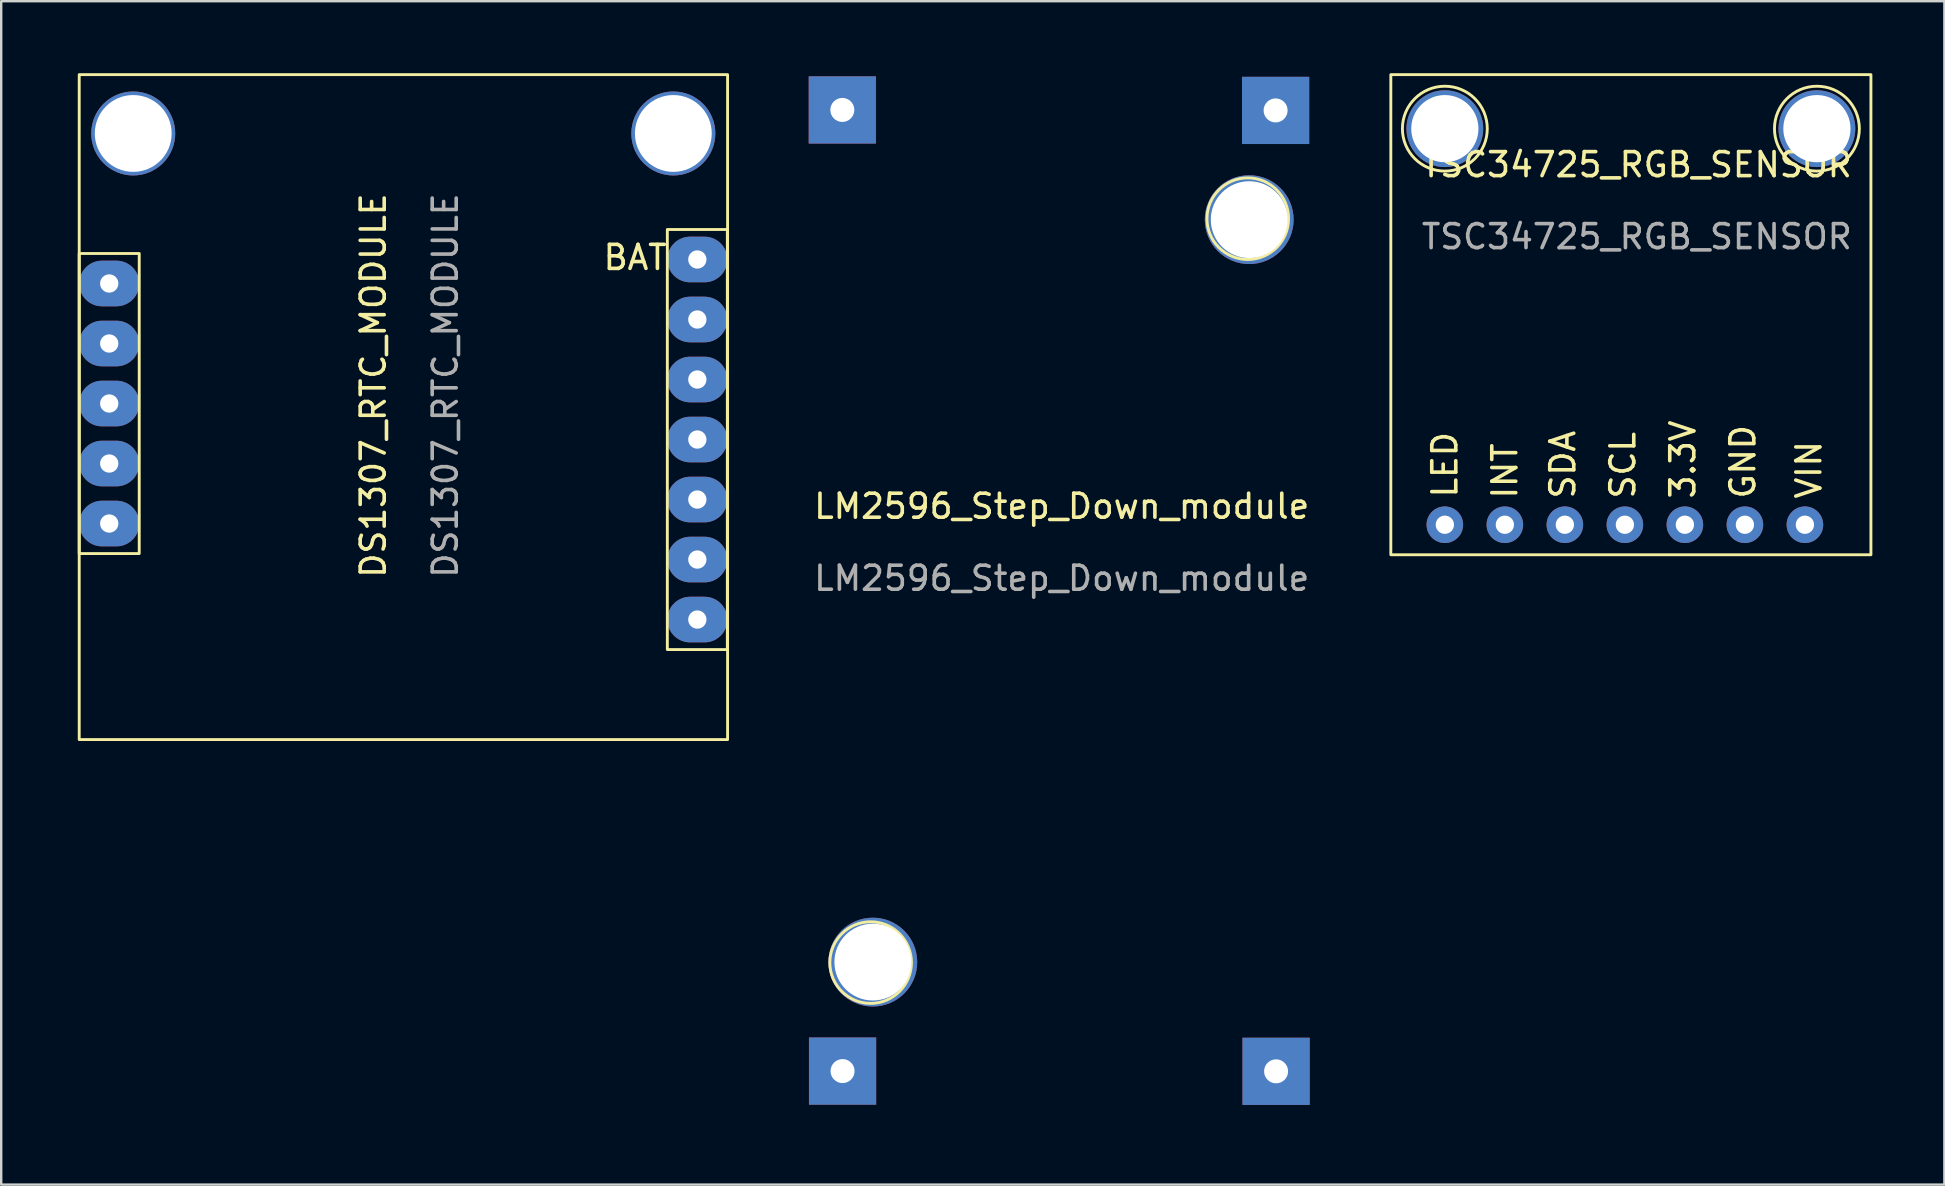
<source format=kicad_pcb>
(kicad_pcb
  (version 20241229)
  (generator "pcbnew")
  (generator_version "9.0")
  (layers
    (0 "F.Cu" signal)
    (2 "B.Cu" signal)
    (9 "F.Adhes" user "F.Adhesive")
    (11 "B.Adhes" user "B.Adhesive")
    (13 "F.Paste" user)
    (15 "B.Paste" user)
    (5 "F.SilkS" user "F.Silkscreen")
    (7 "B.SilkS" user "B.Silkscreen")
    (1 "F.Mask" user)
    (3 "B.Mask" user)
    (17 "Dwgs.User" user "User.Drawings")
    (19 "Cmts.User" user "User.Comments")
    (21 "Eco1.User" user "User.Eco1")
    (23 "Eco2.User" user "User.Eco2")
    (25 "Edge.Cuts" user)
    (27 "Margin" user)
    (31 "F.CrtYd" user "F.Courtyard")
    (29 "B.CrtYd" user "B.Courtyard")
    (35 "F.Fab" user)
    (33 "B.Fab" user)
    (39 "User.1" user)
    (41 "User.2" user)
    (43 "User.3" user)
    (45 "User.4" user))
  (footprint "LM2596_Step_Down_module"
    (layer "F.Cu")
    (at 30.57 43.05)
    (property "Reference" "LM2596_Step_Down_module" (at 10.61 -25.01 0) (unlocked yes) (layer "F.SilkS") (effects (font (size 1 1) (thickness 0.15))))
    (attr through_hole)
    (fp_circle (center 2.65 -6) (end 4.35 -6) (stroke (width 0.12) (type default)) (fill no) (layer "F.SilkS"))
    (fp_circle (center 18.36 -36.99) (end 20.06 -36.99) (stroke (width 0.12) (type default)) (fill no) (layer "F.SilkS"))
    (fp_line (start 16.96 -16.36) (end 18.24 -15.06) (stroke (width 0.12) (type default)) (layer "User.1"))
    (fp_rect (start 0 -42.99) (end 21.01 0) (stroke (width 0.12) (type default)) (fill no) (layer "User.1"))
    (fp_rect (start 0.74 -20.46) (end 12.78 -8.67) (stroke (width 0.12) (type default)) (fill no) (layer "User.1"))
    (fp_rect (start 1.41 -32.93) (end 4.02 -28.61) (stroke (width 0.12) (type default)) (fill no) (layer "User.1"))
    (fp_rect (start 3.53 -36.7) (end 6.21 -35.36) (stroke (width 0.12) (type default)) (fill no) (layer "User.1"))
    (fp_rect (start 11.56 -33.72) (end 19.95 -26) (stroke (width 0.12) (type default)) (fill no) (layer "User.1"))
    (fp_rect (start 14.66 -17.42) (end 18.86 -8.55) (stroke (width 0.12) (type default)) (fill no) (layer "User.1"))
    (fp_rect (start 17.485 -6.95) (end 19.735 -5.97) (stroke (width 0.12) (type default)) (fill no) (layer "User.1"))
    (fp_rect (start 17.485 -5.27) (end 19.735 -4.29) (stroke (width 0.12) (type default)) (fill no) (layer "User.1"))
    (fp_circle (center 6.72 -14.64) (end 10.31 -11.05) (stroke (width 0.12) (type default)) (fill no) (layer "User.1"))
    (fp_circle (center 11.166 -38.7) (end 13.786 -36.21) (stroke (width 0.12) (type default)) (fill no) (layer "User.1"))
    (fp_circle (center 11.32 -4.35) (end 13.94 -1.86) (stroke (width 0.12) (type default)) (fill no) (layer "User.1"))
    (fp_circle (center 17.59 -15.68) (end 17.16 -16.46) (stroke (width 0.12) (type default)) (fill no) (layer "User.1"))
    (fp_text user "${REFERENCE}" (at 10.61 -22.01 0) (unlocked yes) (layer "F.Fab") (effects (font (size 1 1) (thickness 0.15))))
    (pad "" thru_hole circle (at 2.74 -6.02) (size 3.7 3.7) (drill 3.2) (layers "*.Cu" "*.Mask"))
    (pad "" thru_hole circle (at 18.42 -36.95) (size 3.7 3.7) (drill 3.2) (layers "*.Cu" "*.Mask"))
    (pad "IN+" thru_hole rect (at 19.52 -41.5) (size 2.8 2.8) (drill 1) (layers "*.Cu" "*.Mask"))
    (pad "IN-" thru_hole rect (at 1.47 -41.52) (size 2.8 2.8) (drill 1) (layers "*.Cu" "*.Mask"))
    (pad "OUT+" thru_hole rect (at 19.54 -1.47) (size 2.8 2.8) (drill 1) (layers "*.Cu" "*.Mask"))
    (pad "OUT-" thru_hole rect (at 1.48 -1.48) (size 2.8 2.8) (drill 1) (layers "*.Cu" "*.Mask")))
  (footprint "TSC34725_RGB_SENSOR"
    (layer "F.Cu")
    (at 54.89 20.06)
    (property "Reference" "TSC34725_RGB_SENSOR" (at 10.25 -16.25 0) (unlocked yes) (layer "F.SilkS") (effects (font (size 1 1) (thickness 0.15))))
    (attr through_hole)
    (fp_rect (start 0 -20) (end 20 0) (stroke (width 0.12) (type default)) (fill no) (layer "F.SilkS"))
    (fp_circle (center 2.25 -17.75) (end 4 -17.5) (stroke (width 0.12) (type default)) (fill no) (layer "F.SilkS"))
    (fp_circle (center 17.75 -17.75) (end 19.5 -17.5) (stroke (width 0.12) (type default)) (fill no) (layer "F.SilkS"))
    (fp_line (start 0 0) (end 0 -20) (stroke (width 0.12) (type default)) (layer "User.1"))
    (fp_rect (start 9.35 -10.99) (end 10.55 -8.99) (stroke (width 0.12) (type default)) (fill no) (layer "User.1"))
    (fp_text user "3.3V" (at 12.75 -2.25 90) (unlocked yes) (layer "F.SilkS") (effects (font (size 1 1) (thickness 0.15)) (justify left bottom)))
    (fp_text user "INT" (at 4.75 -2.25 90) (unlocked yes) (layer "F.SilkS") (effects (font (size 1 1) (thickness 0.15)) (justify left)))
    (fp_text user "VIN" (at 18 -2.25 90) (unlocked yes) (layer "F.SilkS") (effects (font (size 1 1) (thickness 0.15)) (justify left bottom)))
    (fp_text user "SCL" (at 10.25 -2.25 90) (unlocked yes) (layer "F.SilkS") (effects (font (size 1 1) (thickness 0.15)) (justify left bottom)))
    (fp_text user "LED" (at 2.25 -3.75 90) (unlocked yes) (layer "F.SilkS") (effects (font (size 1 1) (thickness 0.15))))
    (fp_text user "GND" (at 15.25 -2.25 90) (unlocked yes) (layer "F.SilkS") (effects (font (size 1 1) (thickness 0.15)) (justify left bottom)))
    (fp_text user "SDA" (at 7.75 -2.25 90) (unlocked yes) (layer "F.SilkS") (effects (font (size 1 1) (thickness 0.15)) (justify left bottom)))
    (fp_text user "${REFERENCE}" (at 10.25 -13.25 0) (unlocked yes) (layer "F.Fab") (effects (font (size 1 1) (thickness 0.15))))
    (pad "" thru_hole circle (at 2.25 -17.75) (size 3.2 3.2) (drill 2.8) (layers "*.Cu" "*.Mask"))
    (pad "" thru_hole circle (at 17.75 -17.75) (size 3.2 3.2) (drill 2.8) (layers "*.Cu" "*.Mask"))
    (pad "1" thru_hole circle (at 2.25 -1.25) (size 1.524 1.524) (drill 0.762) (layers "*.Cu" "*.Mask"))
    (pad "2" thru_hole circle (at 4.75 -1.25) (size 1.524 1.524) (drill 0.762) (layers "*.Cu" "*.Mask"))
    (pad "3" thru_hole circle (at 7.25 -1.25) (size 1.524 1.524) (drill 0.762) (layers "*.Cu" "*.Mask"))
    (pad "4" thru_hole circle (at 9.75 -1.25) (size 1.524 1.524) (drill 0.762) (layers "*.Cu" "*.Mask"))
    (pad "5" thru_hole circle (at 12.25 -1.25) (size 1.524 1.524) (drill 0.762) (layers "*.Cu" "*.Mask"))
    (pad "6" thru_hole circle (at 14.75 -1.25) (size 1.524 1.524) (drill 0.762) (layers "*.Cu" "*.Mask"))
    (pad "7" thru_hole circle (at 17.25 -1.25) (size 1.524 1.524) (drill 0.762) (layers "*.Cu" "*.Mask")))
  (footprint "DS1307_RTC_MODULE"
    (layer "F.Cu")
    (at 0.25 27.76)
    (property "Reference" "DS1307_RTC_MODULE" (at 12.25 -14.75 90) (unlocked yes) (layer "F.SilkS") (effects (font (size 1 1) (thickness 0.15))))
    (attr through_hole)
    (fp_rect (start 0 -27.7) (end 27.01 0) (stroke (width 0.12) (type default)) (fill no) (layer "F.SilkS"))
    (fp_rect (start 0 -20.25) (end 2.5 -7.75) (stroke (width 0.12) (type default)) (fill no) (layer "F.SilkS"))
    (fp_rect (start 24.5 -21.25) (end 27 -3.75) (stroke (width 0.12) (type default)) (fill no) (layer "F.SilkS"))
    (fp_text user "BAT" (at 21.75 -19.5 0) (unlocked yes) (layer "F.SilkS") (effects (font (size 1 1) (thickness 0.15)) (justify left bottom)))
    (fp_text user "${REFERENCE}" (at 15.25 -14.75 90) (unlocked yes) (layer "F.Fab") (effects (font (size 1 1) (thickness 0.15))))
    (fp_text user "SQ" (at 22.25 -4.5 0) (unlocked yes) (layer "User.1") (effects (font (size 1 1) (thickness 0.15)) (justify left bottom)))
    (fp_text user "SCL" (at 21.5 -9.5 0) (unlocked yes) (layer "User.1") (effects (font (size 1 1) (thickness 0.15)) (justify left bottom)))
    (fp_text user "VCC" (at 2.75 -15.75 0) (unlocked yes) (layer "User.1") (effects (font (size 1 1) (thickness 0.15)) (justify left bottom)))
    (fp_text user "GND" (at 21.25 -16.75 0) (unlocked yes) (layer "User.1") (effects (font (size 1 1) (thickness 0.15)) (justify left bottom)))
    (fp_text user "SCL" (at 2.75 -10.75 0) (unlocked yes) (layer "User.1") (effects (font (size 1 1) (thickness 0.15)) (justify left bottom)))
    (fp_text user "SDA" (at 2.75 -13.25 0) (unlocked yes) (layer "User.1") (effects (font (size 1 1) (thickness 0.15)) (justify left bottom)))
    (fp_text user "SDA" (at 21.5 -12 0) (unlocked yes) (layer "User.1") (effects (font (size 1 1) (thickness 0.15)) (justify left bottom)))
    (fp_text user "VCC" (at 21.5 -14.25 0) (unlocked yes) (layer "User.1") (effects (font (size 1 1) (thickness 0.15)) (justify left bottom)))
    (fp_text user "DS" (at 2.75 -8.25 0) (unlocked yes) (layer "User.1") (effects (font (size 1 1) (thickness 0.15)) (justify left bottom)))
    (fp_text user "GND" (at 2.75 -18.25 0) (unlocked yes) (layer "User.1") (effects (font (size 1 1) (thickness 0.15)) (justify left bottom)))
    (fp_text user "DS" (at 22.25 -7 0) (unlocked yes) (layer "User.1") (effects (font (size 1 1) (thickness 0.15)) (justify left bottom)))
    (pad "" thru_hole circle (at 2.25 -25.25) (size 3.5 3.5) (drill 3.2) (layers "*.Cu" "*.Mask"))
    (pad "" thru_hole circle (at 24.75 -25.25) (size 3.5 3.5) (drill 3.2) (layers "*.Cu" "*.Mask"))
    (pad "1" thru_hole oval (at 25.75 -20) (size 2.5 1.9) (drill 0.762) (layers "*.Cu" "*.Mask"))
    (pad "2" thru_hole oval (at 25.75 -17.5) (size 2.5 1.9) (drill 0.762) (layers "*.Cu" "*.Mask"))
    (pad "3" thru_hole oval (at 25.75 -15) (size 2.5 1.9) (drill 0.762) (layers "*.Cu" "*.Mask"))
    (pad "4" thru_hole oval (at 25.75 -12.5) (size 2.5 1.9) (drill 0.762) (layers "*.Cu" "*.Mask"))
    (pad "5" thru_hole oval (at 25.75 -10) (size 2.5 1.9) (drill 0.762) (layers "*.Cu" "*.Mask"))
    (pad "6" thru_hole oval (at 25.75 -7.5) (size 2.5 1.9) (drill 0.762) (layers "*.Cu" "*.Mask"))
    (pad "7" thru_hole oval (at 25.75 -5) (size 2.5 1.9) (drill 0.762) (layers "*.Cu" "*.Mask"))
    (pad "8" thru_hole oval (at 1.25 -19) (size 2.5 1.9) (drill 0.762) (layers "*.Cu" "*.Mask"))
    (pad "9" thru_hole oval (at 1.25 -16.5) (size 2.5 1.9) (drill 0.762) (layers "*.Cu" "*.Mask"))
    (pad "10" thru_hole oval (at 1.25 -14) (size 2.5 1.9) (drill 0.762) (layers "*.Cu" "*.Mask"))
    (pad "11" thru_hole oval (at 1.25 -11.5) (size 2.5 1.9) (drill 0.762) (layers "*.Cu" "*.Mask"))
    (pad "12" thru_hole oval (at 1.25 -9) (size 2.5 1.9) (drill 0.762) (layers "*.Cu" "*.Mask")))
  (gr_rect
    (start -3 -3)
    (end 77.95 46.3)
    (stroke (width 0.1) (type default))
    (fill no)
    (layer "Edge.Cuts")))
</source>
